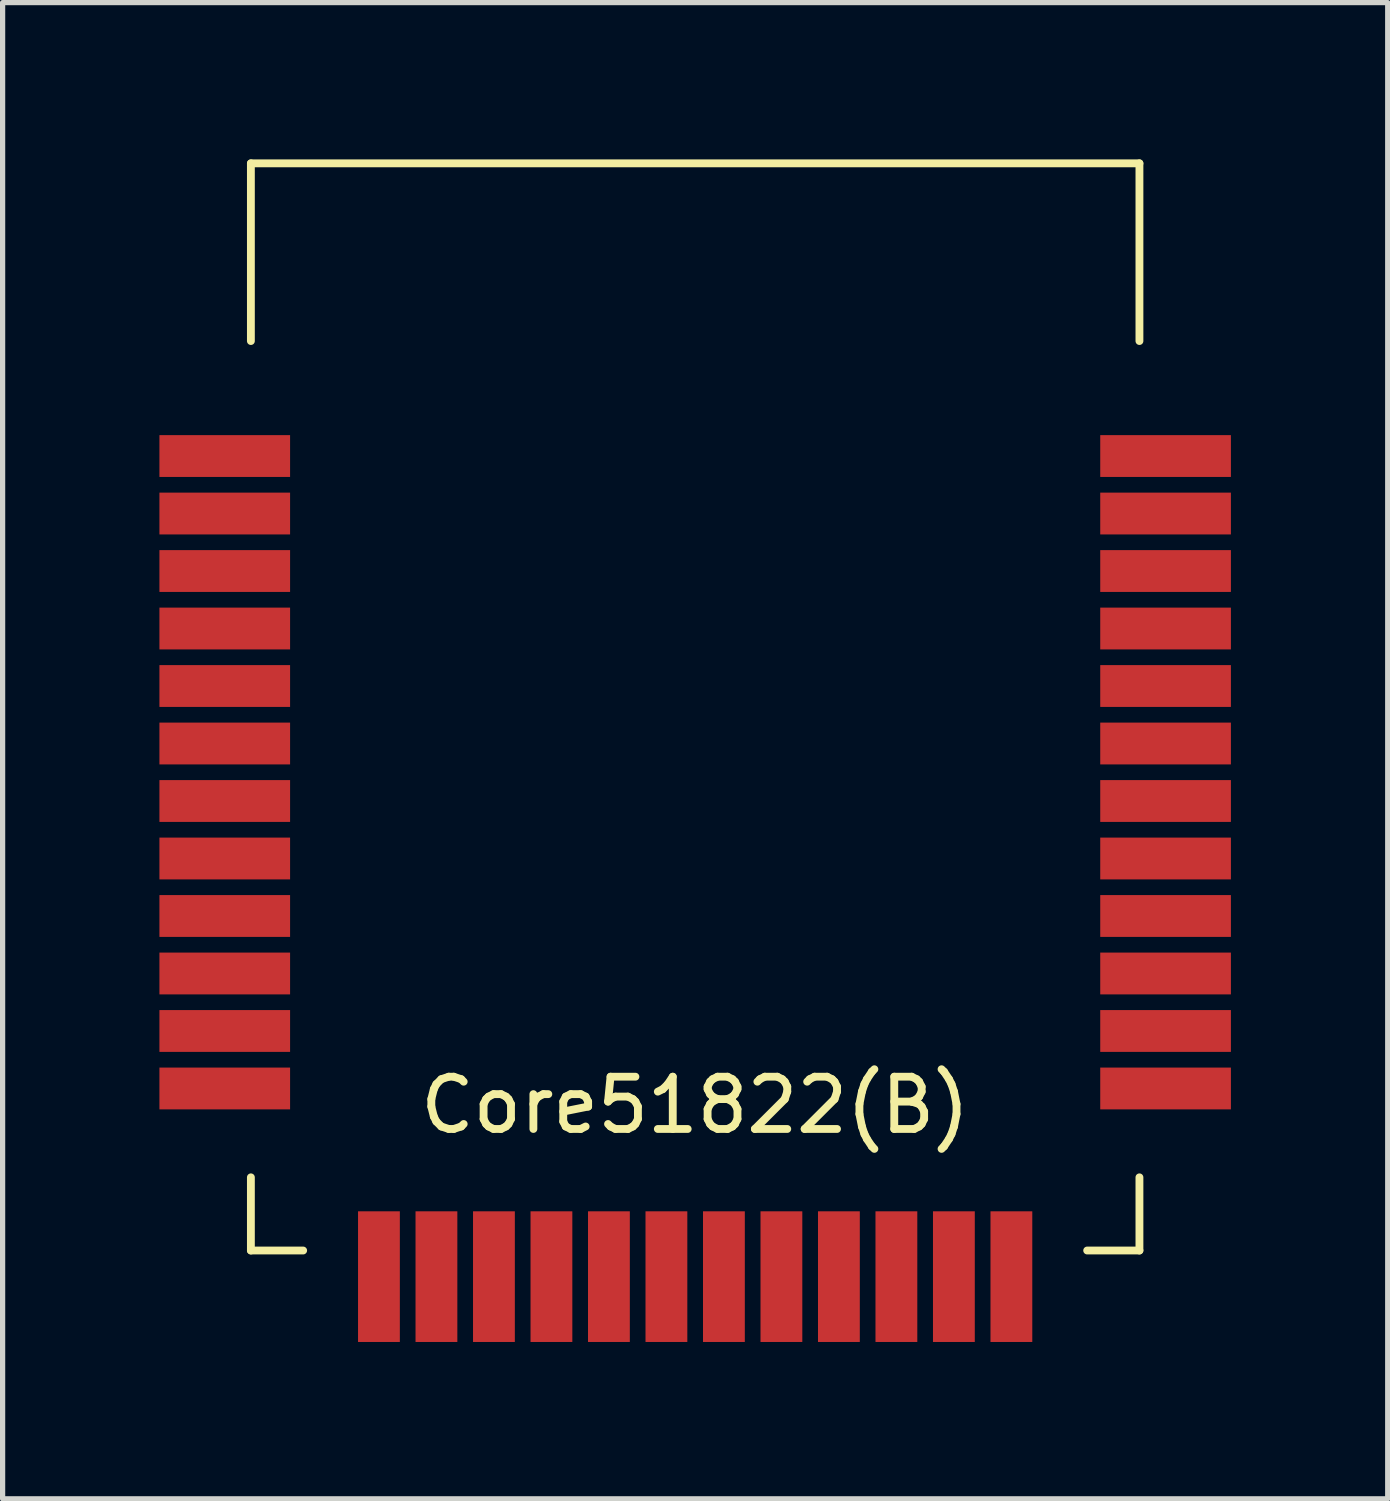
<source format=kicad_pcb>
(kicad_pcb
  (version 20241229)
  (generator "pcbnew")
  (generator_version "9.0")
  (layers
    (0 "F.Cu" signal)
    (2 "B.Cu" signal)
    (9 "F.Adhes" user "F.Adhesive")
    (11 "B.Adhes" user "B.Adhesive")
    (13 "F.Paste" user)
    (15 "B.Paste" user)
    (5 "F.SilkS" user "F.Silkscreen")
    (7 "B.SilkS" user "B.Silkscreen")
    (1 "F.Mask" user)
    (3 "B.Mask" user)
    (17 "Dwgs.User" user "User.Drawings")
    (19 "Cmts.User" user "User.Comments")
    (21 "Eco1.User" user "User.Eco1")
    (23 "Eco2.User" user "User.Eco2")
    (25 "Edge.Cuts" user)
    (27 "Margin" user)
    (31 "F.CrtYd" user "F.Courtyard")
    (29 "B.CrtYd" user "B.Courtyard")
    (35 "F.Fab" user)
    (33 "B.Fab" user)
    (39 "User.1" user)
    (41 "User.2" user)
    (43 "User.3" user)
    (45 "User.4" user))
  (footprint "Core51822(B)"
    (layer "F.Cu")
    (at 10.25 10.475)
    (property "Reference" "Core51822(B)" (at 0 7.62 0) (layer "F.SilkS") (effects (font (size 1 1) (thickness 0.15))))
    (attr through_hole)
    (fp_line (start -8.5 -10.4) (end -8.5 -7) (stroke (width 0.15) (type solid)) (layer "F.SilkS"))
    (fp_line (start -8.5 9) (end -8.5 10.4) (stroke (width 0.15) (type solid)) (layer "F.SilkS"))
    (fp_line (start -8.5 10.4) (end -7.5 10.4) (stroke (width 0.15) (type solid)) (layer "F.SilkS"))
    (fp_line (start 8.5 -10.4) (end -8.5 -10.4) (stroke (width 0.15) (type solid)) (layer "F.SilkS"))
    (fp_line (start 8.5 -7) (end 8.5 -10.4) (stroke (width 0.15) (type solid)) (layer "F.SilkS"))
    (fp_line (start 8.5 10.4) (end 7.5 10.4) (stroke (width 0.15) (type solid)) (layer "F.SilkS"))
    (fp_line (start 8.5 10.4) (end 8.5 9) (stroke (width 0.15) (type solid)) (layer "F.SilkS"))
    (pad "1" smd rect (at -9 -4.8 90) (size 0.8 2.5) (layers "F.Cu" "F.Mask" "F.Paste"))
    (pad "2" smd rect (at -9 -3.7 90) (size 0.8 2.5) (layers "F.Cu" "F.Mask" "F.Paste"))
    (pad "3" smd rect (at -9 -2.6 90) (size 0.8 2.5) (layers "F.Cu" "F.Mask" "F.Paste"))
    (pad "4" smd rect (at -9 -1.5 90) (size 0.8 2.5) (layers "F.Cu" "F.Mask" "F.Paste"))
    (pad "5" smd rect (at -9 -0.4 90) (size 0.8 2.5) (layers "F.Cu" "F.Mask" "F.Paste"))
    (pad "6" smd rect (at -9 0.7 90) (size 0.8 2.5) (layers "F.Cu" "F.Mask" "F.Paste"))
    (pad "7" smd rect (at -9 1.8 90) (size 0.8 2.5) (layers "F.Cu" "F.Mask" "F.Paste"))
    (pad "8" smd rect (at -9 2.9 90) (size 0.8 2.5) (layers "F.Cu" "F.Mask" "F.Paste"))
    (pad "9" smd rect (at -9 4 90) (size 0.8 2.5) (layers "F.Cu" "F.Mask" "F.Paste"))
    (pad "10" smd rect (at -9 5.1 90) (size 0.8 2.5) (layers "F.Cu" "F.Mask" "F.Paste"))
    (pad "11" smd rect (at -9 6.2 90) (size 0.8 2.5) (layers "F.Cu" "F.Mask" "F.Paste"))
    (pad "12" smd rect (at -9 7.3 90) (size 0.8 2.5) (layers "F.Cu" "F.Mask" "F.Paste"))
    (pad "13" smd rect (at -6.05 10.9) (size 0.8 2.5) (layers "F.Cu" "F.Mask" "F.Paste"))
    (pad "14" smd rect (at -4.95 10.9) (size 0.8 2.5) (layers "F.Cu" "F.Mask" "F.Paste"))
    (pad "15" smd rect (at -3.85 10.9) (size 0.8 2.5) (layers "F.Cu" "F.Mask" "F.Paste"))
    (pad "16" smd rect (at -2.75 10.9) (size 0.8 2.5) (layers "F.Cu" "F.Mask" "F.Paste"))
    (pad "17" smd rect (at -1.65 10.9) (size 0.8 2.5) (layers "F.Cu" "F.Mask" "F.Paste"))
    (pad "18" smd rect (at -0.55 10.9) (size 0.8 2.5) (layers "F.Cu" "F.Mask" "F.Paste"))
    (pad "19" smd rect (at 0.55 10.9) (size 0.8 2.5) (layers "F.Cu" "F.Mask" "F.Paste"))
    (pad "20" smd rect (at 1.65 10.9) (size 0.8 2.5) (layers "F.Cu" "F.Mask" "F.Paste"))
    (pad "21" smd rect (at 2.75 10.9) (size 0.8 2.5) (layers "F.Cu" "F.Mask" "F.Paste"))
    (pad "22" smd rect (at 3.85 10.9) (size 0.8 2.5) (layers "F.Cu" "F.Mask" "F.Paste"))
    (pad "23" smd rect (at 4.95 10.9) (size 0.8 2.5) (layers "F.Cu" "F.Mask" "F.Paste"))
    (pad "24" smd rect (at 6.05 10.9) (size 0.8 2.5) (layers "F.Cu" "F.Mask" "F.Paste"))
    (pad "25" smd rect (at 9 7.3 90) (size 0.8 2.5) (layers "F.Cu" "F.Mask" "F.Paste"))
    (pad "26" smd rect (at 9 6.2 90) (size 0.8 2.5) (layers "F.Cu" "F.Mask" "F.Paste"))
    (pad "27" smd rect (at 9 5.1 90) (size 0.8 2.5) (layers "F.Cu" "F.Mask" "F.Paste"))
    (pad "28" smd rect (at 9 4 90) (size 0.8 2.5) (layers "F.Cu" "F.Mask" "F.Paste"))
    (pad "29" smd rect (at 9 2.9 90) (size 0.8 2.5) (layers "F.Cu" "F.Mask" "F.Paste"))
    (pad "30" smd rect (at 9 1.8 90) (size 0.8 2.5) (layers "F.Cu" "F.Mask" "F.Paste"))
    (pad "31" smd rect (at 9 0.7 90) (size 0.8 2.5) (layers "F.Cu" "F.Mask" "F.Paste"))
    (pad "32" smd rect (at 9 -0.4 90) (size 0.8 2.5) (layers "F.Cu" "F.Mask" "F.Paste"))
    (pad "33" smd rect (at 9 -1.5 90) (size 0.8 2.5) (layers "F.Cu" "F.Mask" "F.Paste"))
    (pad "34" smd rect (at 9 -2.6 90) (size 0.8 2.5) (layers "F.Cu" "F.Mask" "F.Paste"))
    (pad "35" smd rect (at 9 -3.7 90) (size 0.8 2.5) (layers "F.Cu" "F.Mask" "F.Paste"))
    (pad "36" smd rect (at 9 -4.8 90) (size 0.8 2.5) (layers "F.Cu" "F.Mask" "F.Paste")))
  (gr_rect
    (start -3 -3)
    (end 23.5 25.625)
    (stroke (width 0.1) (type default))
    (fill no)
    (layer "Edge.Cuts")))
</source>
